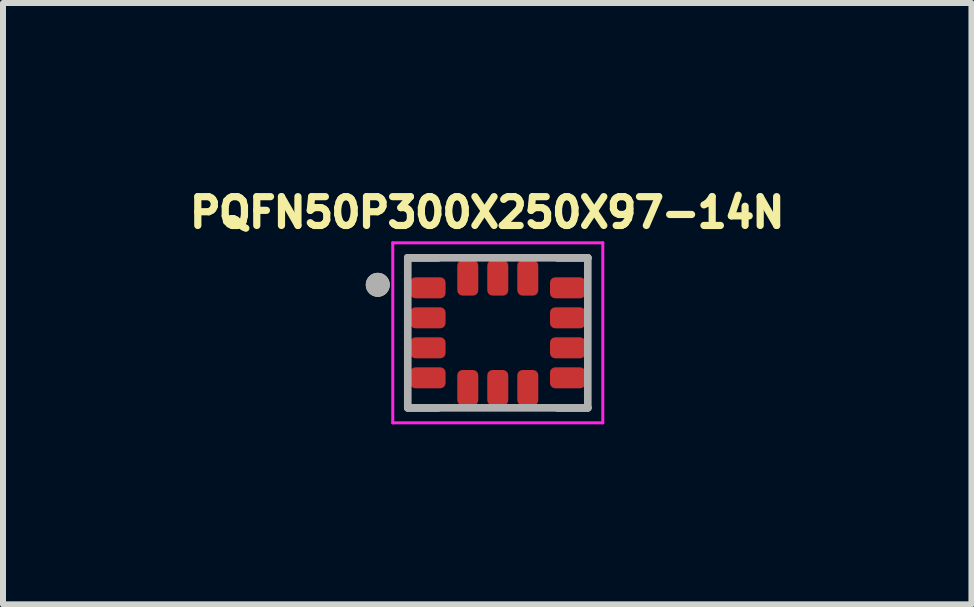
<source format=kicad_pcb>
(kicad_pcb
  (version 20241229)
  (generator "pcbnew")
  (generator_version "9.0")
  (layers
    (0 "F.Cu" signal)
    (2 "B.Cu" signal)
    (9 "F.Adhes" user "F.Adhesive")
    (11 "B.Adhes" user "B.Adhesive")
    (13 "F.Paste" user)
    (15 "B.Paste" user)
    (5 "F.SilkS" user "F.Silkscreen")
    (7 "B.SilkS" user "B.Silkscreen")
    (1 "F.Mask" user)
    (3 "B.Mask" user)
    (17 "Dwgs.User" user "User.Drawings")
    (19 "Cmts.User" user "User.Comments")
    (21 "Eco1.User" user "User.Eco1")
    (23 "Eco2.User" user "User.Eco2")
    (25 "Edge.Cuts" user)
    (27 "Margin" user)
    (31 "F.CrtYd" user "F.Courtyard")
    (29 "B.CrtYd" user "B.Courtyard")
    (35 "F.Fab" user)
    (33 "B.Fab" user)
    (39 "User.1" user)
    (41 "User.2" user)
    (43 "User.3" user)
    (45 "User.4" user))
  (footprint "PQFN50P300X250X97-14N"
    (layer "F.Cu")
    (at 5.245 2.496)
    (property "Reference" "PQFN50P300X250X97-14N" (at -0.176 -2.005 0) (layer "F.SilkS") (effects (font (size 0.48 0.48) (thickness 0.12))))
    (attr smd)
    (fp_poly (pts (xy -0.82 -0.85) (xy -0.82 -0.65) (xy -0.82 -0.643) (xy -0.821 -0.637) (xy -0.822 -0.63) (xy -0.823 -0.624) (xy -0.824 -0.618) (xy -0.826 -0.611) (xy -0.828 -0.605) (xy -0.831 -0.599) (xy -0.834 -0.593) (xy -0.837 -0.588) (xy -0.84 -0.582) (xy -0.844 -0.577) (xy -0.848 -0.571) (xy -0.852 -0.566) (xy -0.857 -0.562) (xy -0.861 -0.557) (xy -0.866 -0.553) (xy -0.872 -0.549) (xy -0.877 -0.545) (xy -0.882 -0.542) (xy -0.888 -0.539) (xy -0.894 -0.536) (xy -0.9 -0.533) (xy -0.906 -0.531) (xy -0.913 -0.529) (xy -0.919 -0.528) (xy -0.925 -0.527) (xy -0.932 -0.526) (xy -0.938 -0.525) (xy -0.945 -0.525) (xy -1.385 -0.525) (xy -1.392 -0.525) (xy -1.398 -0.526) (xy -1.405 -0.527) (xy -1.411 -0.528) (xy -1.417 -0.529) (xy -1.424 -0.531) (xy -1.43 -0.533) (xy -1.436 -0.536) (xy -1.442 -0.539) (xy -1.448 -0.542) (xy -1.453 -0.545) (xy -1.458 -0.549) (xy -1.464 -0.553) (xy -1.469 -0.557) (xy -1.473 -0.562) (xy -1.478 -0.566) (xy -1.482 -0.571) (xy -1.486 -0.577) (xy -1.49 -0.582) (xy -1.493 -0.588) (xy -1.496 -0.593) (xy -1.499 -0.599) (xy -1.502 -0.605) (xy -1.504 -0.611) (xy -1.506 -0.618) (xy -1.507 -0.624) (xy -1.508 -0.63) (xy -1.509 -0.637) (xy -1.51 -0.643) (xy -1.51 -0.65) (xy -1.51 -0.85) (xy -1.51 -0.857) (xy -1.509 -0.863) (xy -1.508 -0.87) (xy -1.507 -0.876) (xy -1.506 -0.882) (xy -1.504 -0.889) (xy -1.502 -0.895) (xy -1.499 -0.901) (xy -1.496 -0.907) (xy -1.493 -0.912) (xy -1.49 -0.918) (xy -1.486 -0.923) (xy -1.482 -0.929) (xy -1.478 -0.934) (xy -1.473 -0.938) (xy -1.469 -0.943) (xy -1.464 -0.947) (xy -1.458 -0.951) (xy -1.453 -0.955) (xy -1.448 -0.958) (xy -1.442 -0.961) (xy -1.436 -0.964) (xy -1.43 -0.967) (xy -1.424 -0.969) (xy -1.417 -0.971) (xy -1.411 -0.972) (xy -1.405 -0.973) (xy -1.398 -0.974) (xy -1.392 -0.975) (xy -1.385 -0.975) (xy -0.945 -0.975) (xy -0.938 -0.975) (xy -0.932 -0.974) (xy -0.925 -0.973) (xy -0.919 -0.972) (xy -0.913 -0.971) (xy -0.906 -0.969) (xy -0.9 -0.967) (xy -0.894 -0.964) (xy -0.888 -0.961) (xy -0.882 -0.958) (xy -0.877 -0.955) (xy -0.872 -0.951) (xy -0.866 -0.947) (xy -0.861 -0.943) (xy -0.857 -0.938) (xy -0.852 -0.934) (xy -0.848 -0.929) (xy -0.844 -0.923) (xy -0.84 -0.918) (xy -0.837 -0.912) (xy -0.834 -0.907) (xy -0.831 -0.901) (xy -0.828 -0.895) (xy -0.826 -0.889) (xy -0.824 -0.882) (xy -0.823 -0.876) (xy -0.822 -0.87) (xy -0.821 -0.863) (xy -0.82 -0.857) (xy -0.82 -0.85)) (stroke (width 0.01) (type solid)) (fill yes) (layer "F.Mask"))
    (fp_poly (pts (xy -0.82 -0.35) (xy -0.82 -0.15) (xy -0.82 -0.143) (xy -0.821 -0.137) (xy -0.822 -0.13) (xy -0.823 -0.124) (xy -0.824 -0.118) (xy -0.826 -0.111) (xy -0.828 -0.105) (xy -0.831 -0.099) (xy -0.834 -0.093) (xy -0.837 -0.088) (xy -0.84 -0.082) (xy -0.844 -0.077) (xy -0.848 -0.071) (xy -0.852 -0.066) (xy -0.857 -0.062) (xy -0.861 -0.057) (xy -0.866 -0.053) (xy -0.872 -0.049) (xy -0.877 -0.045) (xy -0.882 -0.042) (xy -0.888 -0.039) (xy -0.894 -0.036) (xy -0.9 -0.033) (xy -0.906 -0.031) (xy -0.913 -0.029) (xy -0.919 -0.028) (xy -0.925 -0.027) (xy -0.932 -0.026) (xy -0.938 -0.025) (xy -0.945 -0.025) (xy -1.385 -0.025) (xy -1.392 -0.025) (xy -1.398 -0.026) (xy -1.405 -0.027) (xy -1.411 -0.028) (xy -1.417 -0.029) (xy -1.424 -0.031) (xy -1.43 -0.033) (xy -1.436 -0.036) (xy -1.442 -0.039) (xy -1.448 -0.042) (xy -1.453 -0.045) (xy -1.458 -0.049) (xy -1.464 -0.053) (xy -1.469 -0.057) (xy -1.473 -0.062) (xy -1.478 -0.066) (xy -1.482 -0.071) (xy -1.486 -0.077) (xy -1.49 -0.082) (xy -1.493 -0.088) (xy -1.496 -0.093) (xy -1.499 -0.099) (xy -1.502 -0.105) (xy -1.504 -0.111) (xy -1.506 -0.118) (xy -1.507 -0.124) (xy -1.508 -0.13) (xy -1.509 -0.137) (xy -1.51 -0.143) (xy -1.51 -0.15) (xy -1.51 -0.35) (xy -1.51 -0.357) (xy -1.509 -0.363) (xy -1.508 -0.37) (xy -1.507 -0.376) (xy -1.506 -0.382) (xy -1.504 -0.389) (xy -1.502 -0.395) (xy -1.499 -0.401) (xy -1.496 -0.407) (xy -1.493 -0.412) (xy -1.49 -0.418) (xy -1.486 -0.423) (xy -1.482 -0.429) (xy -1.478 -0.434) (xy -1.473 -0.438) (xy -1.469 -0.443) (xy -1.464 -0.447) (xy -1.458 -0.451) (xy -1.453 -0.455) (xy -1.448 -0.458) (xy -1.442 -0.461) (xy -1.436 -0.464) (xy -1.43 -0.467) (xy -1.424 -0.469) (xy -1.417 -0.471) (xy -1.411 -0.472) (xy -1.405 -0.473) (xy -1.398 -0.474) (xy -1.392 -0.475) (xy -1.385 -0.475) (xy -0.945 -0.475) (xy -0.938 -0.475) (xy -0.932 -0.474) (xy -0.925 -0.473) (xy -0.919 -0.472) (xy -0.913 -0.471) (xy -0.906 -0.469) (xy -0.9 -0.467) (xy -0.894 -0.464) (xy -0.888 -0.461) (xy -0.882 -0.458) (xy -0.877 -0.455) (xy -0.872 -0.451) (xy -0.866 -0.447) (xy -0.861 -0.443) (xy -0.857 -0.438) (xy -0.852 -0.434) (xy -0.848 -0.429) (xy -0.844 -0.423) (xy -0.84 -0.418) (xy -0.837 -0.412) (xy -0.834 -0.407) (xy -0.831 -0.401) (xy -0.828 -0.395) (xy -0.826 -0.389) (xy -0.824 -0.382) (xy -0.823 -0.376) (xy -0.822 -0.37) (xy -0.821 -0.363) (xy -0.82 -0.357) (xy -0.82 -0.35)) (stroke (width 0.01) (type solid)) (fill yes) (layer "F.Mask"))
    (fp_poly (pts (xy -0.82 0.15) (xy -0.82 0.35) (xy -0.82 0.357) (xy -0.821 0.363) (xy -0.822 0.37) (xy -0.823 0.376) (xy -0.824 0.382) (xy -0.826 0.389) (xy -0.828 0.395) (xy -0.831 0.401) (xy -0.834 0.407) (xy -0.837 0.412) (xy -0.84 0.418) (xy -0.844 0.423) (xy -0.848 0.429) (xy -0.852 0.434) (xy -0.857 0.438) (xy -0.861 0.443) (xy -0.866 0.447) (xy -0.872 0.451) (xy -0.877 0.455) (xy -0.882 0.458) (xy -0.888 0.461) (xy -0.894 0.464) (xy -0.9 0.467) (xy -0.906 0.469) (xy -0.913 0.471) (xy -0.919 0.472) (xy -0.925 0.473) (xy -0.932 0.474) (xy -0.938 0.475) (xy -0.945 0.475) (xy -1.385 0.475) (xy -1.392 0.475) (xy -1.398 0.474) (xy -1.405 0.473) (xy -1.411 0.472) (xy -1.417 0.471) (xy -1.424 0.469) (xy -1.43 0.467) (xy -1.436 0.464) (xy -1.442 0.461) (xy -1.448 0.458) (xy -1.453 0.455) (xy -1.458 0.451) (xy -1.464 0.447) (xy -1.469 0.443) (xy -1.473 0.438) (xy -1.478 0.434) (xy -1.482 0.429) (xy -1.486 0.423) (xy -1.49 0.418) (xy -1.493 0.412) (xy -1.496 0.407) (xy -1.499 0.401) (xy -1.502 0.395) (xy -1.504 0.389) (xy -1.506 0.382) (xy -1.507 0.376) (xy -1.508 0.37) (xy -1.509 0.363) (xy -1.51 0.357) (xy -1.51 0.35) (xy -1.51 0.15) (xy -1.51 0.143) (xy -1.509 0.137) (xy -1.508 0.13) (xy -1.507 0.124) (xy -1.506 0.118) (xy -1.504 0.111) (xy -1.502 0.105) (xy -1.499 0.099) (xy -1.496 0.093) (xy -1.493 0.088) (xy -1.49 0.082) (xy -1.486 0.077) (xy -1.482 0.071) (xy -1.478 0.066) (xy -1.473 0.062) (xy -1.469 0.057) (xy -1.464 0.053) (xy -1.458 0.049) (xy -1.453 0.045) (xy -1.448 0.042) (xy -1.442 0.039) (xy -1.436 0.036) (xy -1.43 0.033) (xy -1.424 0.031) (xy -1.417 0.029) (xy -1.411 0.028) (xy -1.405 0.027) (xy -1.398 0.026) (xy -1.392 0.025) (xy -1.385 0.025) (xy -0.945 0.025) (xy -0.938 0.025) (xy -0.932 0.026) (xy -0.925 0.027) (xy -0.919 0.028) (xy -0.913 0.029) (xy -0.906 0.031) (xy -0.9 0.033) (xy -0.894 0.036) (xy -0.888 0.039) (xy -0.882 0.042) (xy -0.877 0.045) (xy -0.872 0.049) (xy -0.866 0.053) (xy -0.861 0.057) (xy -0.857 0.062) (xy -0.852 0.066) (xy -0.848 0.071) (xy -0.844 0.077) (xy -0.84 0.082) (xy -0.837 0.088) (xy -0.834 0.093) (xy -0.831 0.099) (xy -0.828 0.105) (xy -0.826 0.111) (xy -0.824 0.118) (xy -0.823 0.124) (xy -0.822 0.13) (xy -0.821 0.137) (xy -0.82 0.143) (xy -0.82 0.15)) (stroke (width 0.01) (type solid)) (fill yes) (layer "F.Mask"))
    (fp_poly (pts (xy -0.82 0.65) (xy -0.82 0.85) (xy -0.82 0.857) (xy -0.821 0.863) (xy -0.822 0.87) (xy -0.823 0.876) (xy -0.824 0.882) (xy -0.826 0.889) (xy -0.828 0.895) (xy -0.831 0.901) (xy -0.834 0.907) (xy -0.837 0.912) (xy -0.84 0.918) (xy -0.844 0.923) (xy -0.848 0.929) (xy -0.852 0.934) (xy -0.857 0.938) (xy -0.861 0.943) (xy -0.866 0.947) (xy -0.872 0.951) (xy -0.877 0.955) (xy -0.882 0.958) (xy -0.888 0.961) (xy -0.894 0.964) (xy -0.9 0.967) (xy -0.906 0.969) (xy -0.913 0.971) (xy -0.919 0.972) (xy -0.925 0.973) (xy -0.932 0.974) (xy -0.938 0.975) (xy -0.945 0.975) (xy -1.385 0.975) (xy -1.392 0.975) (xy -1.398 0.974) (xy -1.405 0.973) (xy -1.411 0.972) (xy -1.417 0.971) (xy -1.424 0.969) (xy -1.43 0.967) (xy -1.436 0.964) (xy -1.442 0.961) (xy -1.448 0.958) (xy -1.453 0.955) (xy -1.458 0.951) (xy -1.464 0.947) (xy -1.469 0.943) (xy -1.473 0.938) (xy -1.478 0.934) (xy -1.482 0.929) (xy -1.486 0.923) (xy -1.49 0.918) (xy -1.493 0.912) (xy -1.496 0.907) (xy -1.499 0.901) (xy -1.502 0.895) (xy -1.504 0.889) (xy -1.506 0.882) (xy -1.507 0.876) (xy -1.508 0.87) (xy -1.509 0.863) (xy -1.51 0.857) (xy -1.51 0.85) (xy -1.51 0.65) (xy -1.51 0.643) (xy -1.509 0.637) (xy -1.508 0.63) (xy -1.507 0.624) (xy -1.506 0.618) (xy -1.504 0.611) (xy -1.502 0.605) (xy -1.499 0.599) (xy -1.496 0.593) (xy -1.493 0.588) (xy -1.49 0.582) (xy -1.486 0.577) (xy -1.482 0.571) (xy -1.478 0.566) (xy -1.473 0.562) (xy -1.469 0.557) (xy -1.464 0.553) (xy -1.458 0.549) (xy -1.453 0.545) (xy -1.448 0.542) (xy -1.442 0.539) (xy -1.436 0.536) (xy -1.43 0.533) (xy -1.424 0.531) (xy -1.417 0.529) (xy -1.411 0.528) (xy -1.405 0.527) (xy -1.398 0.526) (xy -1.392 0.525) (xy -1.385 0.525) (xy -0.945 0.525) (xy -0.938 0.525) (xy -0.932 0.526) (xy -0.925 0.527) (xy -0.919 0.528) (xy -0.913 0.529) (xy -0.906 0.531) (xy -0.9 0.533) (xy -0.894 0.536) (xy -0.888 0.539) (xy -0.882 0.542) (xy -0.877 0.545) (xy -0.872 0.549) (xy -0.866 0.553) (xy -0.861 0.557) (xy -0.857 0.562) (xy -0.852 0.566) (xy -0.848 0.571) (xy -0.844 0.577) (xy -0.84 0.582) (xy -0.837 0.588) (xy -0.834 0.593) (xy -0.831 0.599) (xy -0.828 0.605) (xy -0.826 0.611) (xy -0.824 0.618) (xy -0.823 0.624) (xy -0.822 0.63) (xy -0.821 0.637) (xy -0.82 0.643) (xy -0.82 0.65)) (stroke (width 0.01) (type solid)) (fill yes) (layer "F.Mask"))
    (fp_poly (pts (xy -0.6 -1.26) (xy -0.4 -1.26) (xy -0.393 -1.26) (xy -0.387 -1.259) (xy -0.38 -1.258) (xy -0.374 -1.257) (xy -0.368 -1.256) (xy -0.361 -1.254) (xy -0.355 -1.252) (xy -0.349 -1.249) (xy -0.343 -1.246) (xy -0.338 -1.243) (xy -0.332 -1.24) (xy -0.327 -1.236) (xy -0.321 -1.232) (xy -0.316 -1.228) (xy -0.312 -1.223) (xy -0.307 -1.219) (xy -0.303 -1.214) (xy -0.299 -1.208) (xy -0.295 -1.203) (xy -0.292 -1.198) (xy -0.289 -1.192) (xy -0.286 -1.186) (xy -0.283 -1.18) (xy -0.281 -1.174) (xy -0.279 -1.167) (xy -0.278 -1.161) (xy -0.277 -1.155) (xy -0.276 -1.148) (xy -0.275 -1.142) (xy -0.275 -1.135) (xy -0.275 -0.695) (xy -0.275 -0.688) (xy -0.276 -0.682) (xy -0.277 -0.675) (xy -0.278 -0.669) (xy -0.279 -0.663) (xy -0.281 -0.656) (xy -0.283 -0.65) (xy -0.286 -0.644) (xy -0.289 -0.638) (xy -0.292 -0.632) (xy -0.295 -0.627) (xy -0.299 -0.622) (xy -0.303 -0.616) (xy -0.307 -0.611) (xy -0.312 -0.607) (xy -0.316 -0.602) (xy -0.321 -0.598) (xy -0.327 -0.594) (xy -0.332 -0.59) (xy -0.338 -0.587) (xy -0.343 -0.584) (xy -0.349 -0.581) (xy -0.355 -0.578) (xy -0.361 -0.576) (xy -0.368 -0.574) (xy -0.374 -0.573) (xy -0.38 -0.572) (xy -0.387 -0.571) (xy -0.393 -0.57) (xy -0.4 -0.57) (xy -0.6 -0.57) (xy -0.607 -0.57) (xy -0.613 -0.571) (xy -0.62 -0.572) (xy -0.626 -0.573) (xy -0.632 -0.574) (xy -0.639 -0.576) (xy -0.645 -0.578) (xy -0.651 -0.581) (xy -0.657 -0.584) (xy -0.663 -0.587) (xy -0.668 -0.59) (xy -0.673 -0.594) (xy -0.679 -0.598) (xy -0.684 -0.602) (xy -0.688 -0.607) (xy -0.693 -0.611) (xy -0.697 -0.616) (xy -0.701 -0.622) (xy -0.705 -0.627) (xy -0.708 -0.632) (xy -0.711 -0.638) (xy -0.714 -0.644) (xy -0.717 -0.65) (xy -0.719 -0.656) (xy -0.721 -0.663) (xy -0.722 -0.669) (xy -0.723 -0.675) (xy -0.724 -0.682) (xy -0.725 -0.688) (xy -0.725 -0.695) (xy -0.725 -1.135) (xy -0.725 -1.142) (xy -0.724 -1.148) (xy -0.723 -1.155) (xy -0.722 -1.161) (xy -0.721 -1.167) (xy -0.719 -1.174) (xy -0.717 -1.18) (xy -0.714 -1.186) (xy -0.711 -1.192) (xy -0.708 -1.198) (xy -0.705 -1.203) (xy -0.701 -1.208) (xy -0.697 -1.214) (xy -0.693 -1.219) (xy -0.688 -1.223) (xy -0.684 -1.228) (xy -0.679 -1.232) (xy -0.673 -1.236) (xy -0.668 -1.24) (xy -0.662 -1.243) (xy -0.657 -1.246) (xy -0.651 -1.249) (xy -0.645 -1.252) (xy -0.639 -1.254) (xy -0.632 -1.256) (xy -0.626 -1.257) (xy -0.62 -1.258) (xy -0.613 -1.259) (xy -0.607 -1.26) (xy -0.6 -1.26)) (stroke (width 0.01) (type solid)) (fill yes) (layer "F.Mask"))
    (fp_poly (pts (xy -0.6 0.57) (xy -0.4 0.57) (xy -0.393 0.57) (xy -0.387 0.571) (xy -0.38 0.572) (xy -0.374 0.573) (xy -0.368 0.574) (xy -0.361 0.576) (xy -0.355 0.578) (xy -0.349 0.581) (xy -0.343 0.584) (xy -0.338 0.587) (xy -0.332 0.59) (xy -0.327 0.594) (xy -0.321 0.598) (xy -0.316 0.602) (xy -0.312 0.607) (xy -0.307 0.611) (xy -0.303 0.616) (xy -0.299 0.622) (xy -0.295 0.627) (xy -0.292 0.632) (xy -0.289 0.638) (xy -0.286 0.644) (xy -0.283 0.65) (xy -0.281 0.656) (xy -0.279 0.663) (xy -0.278 0.669) (xy -0.277 0.675) (xy -0.276 0.682) (xy -0.275 0.688) (xy -0.275 0.695) (xy -0.275 1.135) (xy -0.275 1.142) (xy -0.276 1.148) (xy -0.277 1.155) (xy -0.278 1.161) (xy -0.279 1.167) (xy -0.281 1.174) (xy -0.283 1.18) (xy -0.286 1.186) (xy -0.289 1.192) (xy -0.292 1.198) (xy -0.295 1.203) (xy -0.299 1.208) (xy -0.303 1.214) (xy -0.307 1.219) (xy -0.312 1.223) (xy -0.316 1.228) (xy -0.321 1.232) (xy -0.327 1.236) (xy -0.332 1.24) (xy -0.338 1.243) (xy -0.343 1.246) (xy -0.349 1.249) (xy -0.355 1.252) (xy -0.361 1.254) (xy -0.368 1.256) (xy -0.374 1.257) (xy -0.38 1.258) (xy -0.387 1.259) (xy -0.393 1.26) (xy -0.4 1.26) (xy -0.6 1.26) (xy -0.607 1.26) (xy -0.613 1.259) (xy -0.62 1.258) (xy -0.626 1.257) (xy -0.632 1.256) (xy -0.639 1.254) (xy -0.645 1.252) (xy -0.651 1.249) (xy -0.657 1.246) (xy -0.663 1.243) (xy -0.668 1.24) (xy -0.673 1.236) (xy -0.679 1.232) (xy -0.684 1.228) (xy -0.688 1.223) (xy -0.693 1.219) (xy -0.697 1.214) (xy -0.701 1.208) (xy -0.705 1.203) (xy -0.708 1.198) (xy -0.711 1.192) (xy -0.714 1.186) (xy -0.717 1.18) (xy -0.719 1.174) (xy -0.721 1.167) (xy -0.722 1.161) (xy -0.723 1.155) (xy -0.724 1.148) (xy -0.725 1.142) (xy -0.725 1.135) (xy -0.725 0.695) (xy -0.725 0.688) (xy -0.724 0.682) (xy -0.723 0.675) (xy -0.722 0.669) (xy -0.721 0.663) (xy -0.719 0.656) (xy -0.717 0.65) (xy -0.714 0.644) (xy -0.711 0.638) (xy -0.708 0.632) (xy -0.705 0.627) (xy -0.701 0.622) (xy -0.697 0.616) (xy -0.693 0.611) (xy -0.688 0.607) (xy -0.684 0.602) (xy -0.679 0.598) (xy -0.673 0.594) (xy -0.668 0.59) (xy -0.662 0.587) (xy -0.657 0.584) (xy -0.651 0.581) (xy -0.645 0.578) (xy -0.639 0.576) (xy -0.632 0.574) (xy -0.626 0.573) (xy -0.62 0.572) (xy -0.613 0.571) (xy -0.607 0.57) (xy -0.6 0.57)) (stroke (width 0.01) (type solid)) (fill yes) (layer "F.Mask"))
    (fp_poly (pts (xy -0.1 -1.26) (xy 0.1 -1.26) (xy 0.107 -1.26) (xy 0.113 -1.259) (xy 0.12 -1.258) (xy 0.126 -1.257) (xy 0.132 -1.256) (xy 0.139 -1.254) (xy 0.145 -1.252) (xy 0.151 -1.249) (xy 0.157 -1.246) (xy 0.163 -1.243) (xy 0.168 -1.24) (xy 0.173 -1.236) (xy 0.179 -1.232) (xy 0.184 -1.228) (xy 0.188 -1.223) (xy 0.193 -1.219) (xy 0.197 -1.214) (xy 0.201 -1.208) (xy 0.205 -1.203) (xy 0.208 -1.198) (xy 0.211 -1.192) (xy 0.214 -1.186) (xy 0.217 -1.18) (xy 0.219 -1.174) (xy 0.221 -1.167) (xy 0.222 -1.161) (xy 0.223 -1.155) (xy 0.224 -1.148) (xy 0.225 -1.142) (xy 0.225 -1.135) (xy 0.225 -0.695) (xy 0.225 -0.688) (xy 0.224 -0.682) (xy 0.223 -0.675) (xy 0.222 -0.669) (xy 0.221 -0.663) (xy 0.219 -0.656) (xy 0.217 -0.65) (xy 0.214 -0.644) (xy 0.211 -0.638) (xy 0.208 -0.632) (xy 0.205 -0.627) (xy 0.201 -0.622) (xy 0.197 -0.616) (xy 0.193 -0.611) (xy 0.188 -0.607) (xy 0.184 -0.602) (xy 0.179 -0.598) (xy 0.173 -0.594) (xy 0.168 -0.59) (xy 0.163 -0.587) (xy 0.157 -0.584) (xy 0.151 -0.581) (xy 0.145 -0.578) (xy 0.139 -0.576) (xy 0.132 -0.574) (xy 0.126 -0.573) (xy 0.12 -0.572) (xy 0.113 -0.571) (xy 0.107 -0.57) (xy 0.1 -0.57) (xy -0.1 -0.57) (xy -0.107 -0.57) (xy -0.113 -0.571) (xy -0.12 -0.572) (xy -0.126 -0.573) (xy -0.132 -0.574) (xy -0.139 -0.576) (xy -0.145 -0.578) (xy -0.151 -0.581) (xy -0.157 -0.584) (xy -0.163 -0.587) (xy -0.168 -0.59) (xy -0.173 -0.594) (xy -0.179 -0.598) (xy -0.184 -0.602) (xy -0.188 -0.607) (xy -0.193 -0.611) (xy -0.197 -0.616) (xy -0.201 -0.622) (xy -0.205 -0.627) (xy -0.208 -0.632) (xy -0.211 -0.638) (xy -0.214 -0.644) (xy -0.217 -0.65) (xy -0.219 -0.656) (xy -0.221 -0.663) (xy -0.222 -0.669) (xy -0.223 -0.675) (xy -0.224 -0.682) (xy -0.225 -0.688) (xy -0.225 -0.695) (xy -0.225 -1.135) (xy -0.225 -1.142) (xy -0.224 -1.148) (xy -0.223 -1.155) (xy -0.222 -1.161) (xy -0.221 -1.167) (xy -0.219 -1.174) (xy -0.217 -1.18) (xy -0.214 -1.186) (xy -0.211 -1.192) (xy -0.208 -1.198) (xy -0.205 -1.203) (xy -0.201 -1.208) (xy -0.197 -1.214) (xy -0.193 -1.219) (xy -0.188 -1.223) (xy -0.184 -1.228) (xy -0.179 -1.232) (xy -0.173 -1.236) (xy -0.168 -1.24) (xy -0.162 -1.243) (xy -0.157 -1.246) (xy -0.151 -1.249) (xy -0.145 -1.252) (xy -0.139 -1.254) (xy -0.132 -1.256) (xy -0.126 -1.257) (xy -0.12 -1.258) (xy -0.113 -1.259) (xy -0.107 -1.26) (xy -0.1 -1.26)) (stroke (width 0.01) (type solid)) (fill yes) (layer "F.Mask"))
    (fp_poly (pts (xy -0.1 0.57) (xy 0.1 0.57) (xy 0.107 0.57) (xy 0.113 0.571) (xy 0.12 0.572) (xy 0.126 0.573) (xy 0.132 0.574) (xy 0.139 0.576) (xy 0.145 0.578) (xy 0.151 0.581) (xy 0.157 0.584) (xy 0.163 0.587) (xy 0.168 0.59) (xy 0.173 0.594) (xy 0.179 0.598) (xy 0.184 0.602) (xy 0.188 0.607) (xy 0.193 0.611) (xy 0.197 0.616) (xy 0.201 0.622) (xy 0.205 0.627) (xy 0.208 0.632) (xy 0.211 0.638) (xy 0.214 0.644) (xy 0.217 0.65) (xy 0.219 0.656) (xy 0.221 0.663) (xy 0.222 0.669) (xy 0.223 0.675) (xy 0.224 0.682) (xy 0.225 0.688) (xy 0.225 0.695) (xy 0.225 1.135) (xy 0.225 1.142) (xy 0.224 1.148) (xy 0.223 1.155) (xy 0.222 1.161) (xy 0.221 1.167) (xy 0.219 1.174) (xy 0.217 1.18) (xy 0.214 1.186) (xy 0.211 1.192) (xy 0.208 1.198) (xy 0.205 1.203) (xy 0.201 1.208) (xy 0.197 1.214) (xy 0.193 1.219) (xy 0.188 1.223) (xy 0.184 1.228) (xy 0.179 1.232) (xy 0.173 1.236) (xy 0.168 1.24) (xy 0.163 1.243) (xy 0.157 1.246) (xy 0.151 1.249) (xy 0.145 1.252) (xy 0.139 1.254) (xy 0.132 1.256) (xy 0.126 1.257) (xy 0.12 1.258) (xy 0.113 1.259) (xy 0.107 1.26) (xy 0.1 1.26) (xy -0.1 1.26) (xy -0.107 1.26) (xy -0.113 1.259) (xy -0.12 1.258) (xy -0.126 1.257) (xy -0.132 1.256) (xy -0.139 1.254) (xy -0.145 1.252) (xy -0.151 1.249) (xy -0.157 1.246) (xy -0.163 1.243) (xy -0.168 1.24) (xy -0.173 1.236) (xy -0.179 1.232) (xy -0.184 1.228) (xy -0.188 1.223) (xy -0.193 1.219) (xy -0.197 1.214) (xy -0.201 1.208) (xy -0.205 1.203) (xy -0.208 1.198) (xy -0.211 1.192) (xy -0.214 1.186) (xy -0.217 1.18) (xy -0.219 1.174) (xy -0.221 1.167) (xy -0.222 1.161) (xy -0.223 1.155) (xy -0.224 1.148) (xy -0.225 1.142) (xy -0.225 1.135) (xy -0.225 0.695) (xy -0.225 0.688) (xy -0.224 0.682) (xy -0.223 0.675) (xy -0.222 0.669) (xy -0.221 0.663) (xy -0.219 0.656) (xy -0.217 0.65) (xy -0.214 0.644) (xy -0.211 0.638) (xy -0.208 0.632) (xy -0.205 0.627) (xy -0.201 0.622) (xy -0.197 0.616) (xy -0.193 0.611) (xy -0.188 0.607) (xy -0.184 0.602) (xy -0.179 0.598) (xy -0.173 0.594) (xy -0.168 0.59) (xy -0.162 0.587) (xy -0.157 0.584) (xy -0.151 0.581) (xy -0.145 0.578) (xy -0.139 0.576) (xy -0.132 0.574) (xy -0.126 0.573) (xy -0.12 0.572) (xy -0.113 0.571) (xy -0.107 0.57) (xy -0.1 0.57)) (stroke (width 0.01) (type solid)) (fill yes) (layer "F.Mask"))
    (fp_poly (pts (xy 0.4 -1.26) (xy 0.6 -1.26) (xy 0.607 -1.26) (xy 0.613 -1.259) (xy 0.62 -1.258) (xy 0.626 -1.257) (xy 0.632 -1.256) (xy 0.639 -1.254) (xy 0.645 -1.252) (xy 0.651 -1.249) (xy 0.657 -1.246) (xy 0.662 -1.243) (xy 0.668 -1.24) (xy 0.673 -1.236) (xy 0.679 -1.232) (xy 0.684 -1.228) (xy 0.688 -1.223) (xy 0.693 -1.219) (xy 0.697 -1.214) (xy 0.701 -1.208) (xy 0.705 -1.203) (xy 0.708 -1.198) (xy 0.711 -1.192) (xy 0.714 -1.186) (xy 0.717 -1.18) (xy 0.719 -1.174) (xy 0.721 -1.167) (xy 0.722 -1.161) (xy 0.723 -1.155) (xy 0.724 -1.148) (xy 0.725 -1.142) (xy 0.725 -1.135) (xy 0.725 -0.695) (xy 0.725 -0.688) (xy 0.724 -0.682) (xy 0.723 -0.675) (xy 0.722 -0.669) (xy 0.721 -0.663) (xy 0.719 -0.656) (xy 0.717 -0.65) (xy 0.714 -0.644) (xy 0.711 -0.638) (xy 0.708 -0.632) (xy 0.705 -0.627) (xy 0.701 -0.622) (xy 0.697 -0.616) (xy 0.693 -0.611) (xy 0.688 -0.607) (xy 0.684 -0.602) (xy 0.679 -0.598) (xy 0.673 -0.594) (xy 0.668 -0.59) (xy 0.662 -0.587) (xy 0.657 -0.584) (xy 0.651 -0.581) (xy 0.645 -0.578) (xy 0.639 -0.576) (xy 0.632 -0.574) (xy 0.626 -0.573) (xy 0.62 -0.572) (xy 0.613 -0.571) (xy 0.607 -0.57) (xy 0.6 -0.57) (xy 0.4 -0.57) (xy 0.393 -0.57) (xy 0.387 -0.571) (xy 0.38 -0.572) (xy 0.374 -0.573) (xy 0.368 -0.574) (xy 0.361 -0.576) (xy 0.355 -0.578) (xy 0.349 -0.581) (xy 0.343 -0.584) (xy 0.337 -0.587) (xy 0.332 -0.59) (xy 0.327 -0.594) (xy 0.321 -0.598) (xy 0.316 -0.602) (xy 0.312 -0.607) (xy 0.307 -0.611) (xy 0.303 -0.616) (xy 0.299 -0.622) (xy 0.295 -0.627) (xy 0.292 -0.632) (xy 0.289 -0.638) (xy 0.286 -0.644) (xy 0.283 -0.65) (xy 0.281 -0.656) (xy 0.279 -0.663) (xy 0.278 -0.669) (xy 0.277 -0.675) (xy 0.276 -0.682) (xy 0.275 -0.688) (xy 0.275 -0.695) (xy 0.275 -1.135) (xy 0.275 -1.142) (xy 0.276 -1.148) (xy 0.277 -1.155) (xy 0.278 -1.161) (xy 0.279 -1.167) (xy 0.281 -1.174) (xy 0.283 -1.18) (xy 0.286 -1.186) (xy 0.289 -1.192) (xy 0.292 -1.198) (xy 0.295 -1.203) (xy 0.299 -1.208) (xy 0.303 -1.214) (xy 0.307 -1.219) (xy 0.312 -1.223) (xy 0.316 -1.228) (xy 0.321 -1.232) (xy 0.327 -1.236) (xy 0.332 -1.24) (xy 0.338 -1.243) (xy 0.343 -1.246) (xy 0.349 -1.249) (xy 0.355 -1.252) (xy 0.361 -1.254) (xy 0.368 -1.256) (xy 0.374 -1.257) (xy 0.38 -1.258) (xy 0.387 -1.259) (xy 0.393 -1.26) (xy 0.4 -1.26)) (stroke (width 0.01) (type solid)) (fill yes) (layer "F.Mask"))
    (fp_poly (pts (xy 0.4 0.57) (xy 0.6 0.57) (xy 0.607 0.57) (xy 0.613 0.571) (xy 0.62 0.572) (xy 0.626 0.573) (xy 0.632 0.574) (xy 0.639 0.576) (xy 0.645 0.578) (xy 0.651 0.581) (xy 0.657 0.584) (xy 0.662 0.587) (xy 0.668 0.59) (xy 0.673 0.594) (xy 0.679 0.598) (xy 0.684 0.602) (xy 0.688 0.607) (xy 0.693 0.611) (xy 0.697 0.616) (xy 0.701 0.622) (xy 0.705 0.627) (xy 0.708 0.632) (xy 0.711 0.638) (xy 0.714 0.644) (xy 0.717 0.65) (xy 0.719 0.656) (xy 0.721 0.663) (xy 0.722 0.669) (xy 0.723 0.675) (xy 0.724 0.682) (xy 0.725 0.688) (xy 0.725 0.695) (xy 0.725 1.135) (xy 0.725 1.142) (xy 0.724 1.148) (xy 0.723 1.155) (xy 0.722 1.161) (xy 0.721 1.167) (xy 0.719 1.174) (xy 0.717 1.18) (xy 0.714 1.186) (xy 0.711 1.192) (xy 0.708 1.198) (xy 0.705 1.203) (xy 0.701 1.208) (xy 0.697 1.214) (xy 0.693 1.219) (xy 0.688 1.223) (xy 0.684 1.228) (xy 0.679 1.232) (xy 0.673 1.236) (xy 0.668 1.24) (xy 0.662 1.243) (xy 0.657 1.246) (xy 0.651 1.249) (xy 0.645 1.252) (xy 0.639 1.254) (xy 0.632 1.256) (xy 0.626 1.257) (xy 0.62 1.258) (xy 0.613 1.259) (xy 0.607 1.26) (xy 0.6 1.26) (xy 0.4 1.26) (xy 0.393 1.26) (xy 0.387 1.259) (xy 0.38 1.258) (xy 0.374 1.257) (xy 0.368 1.256) (xy 0.361 1.254) (xy 0.355 1.252) (xy 0.349 1.249) (xy 0.343 1.246) (xy 0.337 1.243) (xy 0.332 1.24) (xy 0.327 1.236) (xy 0.321 1.232) (xy 0.316 1.228) (xy 0.312 1.223) (xy 0.307 1.219) (xy 0.303 1.214) (xy 0.299 1.208) (xy 0.295 1.203) (xy 0.292 1.198) (xy 0.289 1.192) (xy 0.286 1.186) (xy 0.283 1.18) (xy 0.281 1.174) (xy 0.279 1.167) (xy 0.278 1.161) (xy 0.277 1.155) (xy 0.276 1.148) (xy 0.275 1.142) (xy 0.275 1.135) (xy 0.275 0.695) (xy 0.275 0.688) (xy 0.276 0.682) (xy 0.277 0.675) (xy 0.278 0.669) (xy 0.279 0.663) (xy 0.281 0.656) (xy 0.283 0.65) (xy 0.286 0.644) (xy 0.289 0.638) (xy 0.292 0.632) (xy 0.295 0.627) (xy 0.299 0.622) (xy 0.303 0.616) (xy 0.307 0.611) (xy 0.312 0.607) (xy 0.316 0.602) (xy 0.321 0.598) (xy 0.327 0.594) (xy 0.332 0.59) (xy 0.338 0.587) (xy 0.343 0.584) (xy 0.349 0.581) (xy 0.355 0.578) (xy 0.361 0.576) (xy 0.368 0.574) (xy 0.374 0.573) (xy 0.38 0.572) (xy 0.387 0.571) (xy 0.393 0.57) (xy 0.4 0.57)) (stroke (width 0.01) (type solid)) (fill yes) (layer "F.Mask"))
    (fp_poly (pts (xy 1.51 -0.85) (xy 1.51 -0.65) (xy 1.51 -0.643) (xy 1.509 -0.637) (xy 1.508 -0.63) (xy 1.507 -0.624) (xy 1.506 -0.618) (xy 1.504 -0.611) (xy 1.502 -0.605) (xy 1.499 -0.599) (xy 1.496 -0.593) (xy 1.493 -0.588) (xy 1.49 -0.582) (xy 1.486 -0.577) (xy 1.482 -0.571) (xy 1.478 -0.566) (xy 1.473 -0.562) (xy 1.469 -0.557) (xy 1.464 -0.553) (xy 1.458 -0.549) (xy 1.453 -0.545) (xy 1.448 -0.542) (xy 1.442 -0.539) (xy 1.436 -0.536) (xy 1.43 -0.533) (xy 1.424 -0.531) (xy 1.417 -0.529) (xy 1.411 -0.528) (xy 1.405 -0.527) (xy 1.398 -0.526) (xy 1.392 -0.525) (xy 1.385 -0.525) (xy 0.945 -0.525) (xy 0.938 -0.525) (xy 0.932 -0.526) (xy 0.925 -0.527) (xy 0.919 -0.528) (xy 0.913 -0.529) (xy 0.906 -0.531) (xy 0.9 -0.533) (xy 0.894 -0.536) (xy 0.888 -0.539) (xy 0.882 -0.542) (xy 0.877 -0.545) (xy 0.872 -0.549) (xy 0.866 -0.553) (xy 0.861 -0.557) (xy 0.857 -0.562) (xy 0.852 -0.566) (xy 0.848 -0.571) (xy 0.844 -0.577) (xy 0.84 -0.582) (xy 0.837 -0.588) (xy 0.834 -0.593) (xy 0.831 -0.599) (xy 0.828 -0.605) (xy 0.826 -0.611) (xy 0.824 -0.618) (xy 0.823 -0.624) (xy 0.822 -0.63) (xy 0.821 -0.637) (xy 0.82 -0.643) (xy 0.82 -0.65) (xy 0.82 -0.85) (xy 0.82 -0.857) (xy 0.821 -0.863) (xy 0.822 -0.87) (xy 0.823 -0.876) (xy 0.824 -0.882) (xy 0.826 -0.889) (xy 0.828 -0.895) (xy 0.831 -0.901) (xy 0.834 -0.907) (xy 0.837 -0.912) (xy 0.84 -0.918) (xy 0.844 -0.923) (xy 0.848 -0.929) (xy 0.852 -0.934) (xy 0.857 -0.938) (xy 0.861 -0.943) (xy 0.866 -0.947) (xy 0.872 -0.951) (xy 0.877 -0.955) (xy 0.882 -0.958) (xy 0.888 -0.961) (xy 0.894 -0.964) (xy 0.9 -0.967) (xy 0.906 -0.969) (xy 0.913 -0.971) (xy 0.919 -0.972) (xy 0.925 -0.973) (xy 0.932 -0.974) (xy 0.938 -0.975) (xy 0.945 -0.975) (xy 1.385 -0.975) (xy 1.392 -0.975) (xy 1.398 -0.974) (xy 1.405 -0.973) (xy 1.411 -0.972) (xy 1.417 -0.971) (xy 1.424 -0.969) (xy 1.43 -0.967) (xy 1.436 -0.964) (xy 1.442 -0.961) (xy 1.448 -0.958) (xy 1.453 -0.955) (xy 1.458 -0.951) (xy 1.464 -0.947) (xy 1.469 -0.943) (xy 1.473 -0.938) (xy 1.478 -0.934) (xy 1.482 -0.929) (xy 1.486 -0.923) (xy 1.49 -0.918) (xy 1.493 -0.912) (xy 1.496 -0.907) (xy 1.499 -0.901) (xy 1.502 -0.895) (xy 1.504 -0.889) (xy 1.506 -0.882) (xy 1.507 -0.876) (xy 1.508 -0.87) (xy 1.509 -0.863) (xy 1.51 -0.857) (xy 1.51 -0.85)) (stroke (width 0.01) (type solid)) (fill yes) (layer "F.Mask"))
    (fp_poly (pts (xy 1.51 -0.35) (xy 1.51 -0.15) (xy 1.51 -0.143) (xy 1.509 -0.137) (xy 1.508 -0.13) (xy 1.507 -0.124) (xy 1.506 -0.118) (xy 1.504 -0.111) (xy 1.502 -0.105) (xy 1.499 -0.099) (xy 1.496 -0.093) (xy 1.493 -0.088) (xy 1.49 -0.082) (xy 1.486 -0.077) (xy 1.482 -0.071) (xy 1.478 -0.066) (xy 1.473 -0.062) (xy 1.469 -0.057) (xy 1.464 -0.053) (xy 1.458 -0.049) (xy 1.453 -0.045) (xy 1.448 -0.042) (xy 1.442 -0.039) (xy 1.436 -0.036) (xy 1.43 -0.033) (xy 1.424 -0.031) (xy 1.417 -0.029) (xy 1.411 -0.028) (xy 1.405 -0.027) (xy 1.398 -0.026) (xy 1.392 -0.025) (xy 1.385 -0.025) (xy 0.945 -0.025) (xy 0.938 -0.025) (xy 0.932 -0.026) (xy 0.925 -0.027) (xy 0.919 -0.028) (xy 0.913 -0.029) (xy 0.906 -0.031) (xy 0.9 -0.033) (xy 0.894 -0.036) (xy 0.888 -0.039) (xy 0.882 -0.042) (xy 0.877 -0.045) (xy 0.872 -0.049) (xy 0.866 -0.053) (xy 0.861 -0.057) (xy 0.857 -0.062) (xy 0.852 -0.066) (xy 0.848 -0.071) (xy 0.844 -0.077) (xy 0.84 -0.082) (xy 0.837 -0.088) (xy 0.834 -0.093) (xy 0.831 -0.099) (xy 0.828 -0.105) (xy 0.826 -0.111) (xy 0.824 -0.118) (xy 0.823 -0.124) (xy 0.822 -0.13) (xy 0.821 -0.137) (xy 0.82 -0.143) (xy 0.82 -0.15) (xy 0.82 -0.35) (xy 0.82 -0.357) (xy 0.821 -0.363) (xy 0.822 -0.37) (xy 0.823 -0.376) (xy 0.824 -0.382) (xy 0.826 -0.389) (xy 0.828 -0.395) (xy 0.831 -0.401) (xy 0.834 -0.407) (xy 0.837 -0.412) (xy 0.84 -0.418) (xy 0.844 -0.423) (xy 0.848 -0.429) (xy 0.852 -0.434) (xy 0.857 -0.438) (xy 0.861 -0.443) (xy 0.866 -0.447) (xy 0.872 -0.451) (xy 0.877 -0.455) (xy 0.882 -0.458) (xy 0.888 -0.461) (xy 0.894 -0.464) (xy 0.9 -0.467) (xy 0.906 -0.469) (xy 0.913 -0.471) (xy 0.919 -0.472) (xy 0.925 -0.473) (xy 0.932 -0.474) (xy 0.938 -0.475) (xy 0.945 -0.475) (xy 1.385 -0.475) (xy 1.392 -0.475) (xy 1.398 -0.474) (xy 1.405 -0.473) (xy 1.411 -0.472) (xy 1.417 -0.471) (xy 1.424 -0.469) (xy 1.43 -0.467) (xy 1.436 -0.464) (xy 1.442 -0.461) (xy 1.448 -0.458) (xy 1.453 -0.455) (xy 1.458 -0.451) (xy 1.464 -0.447) (xy 1.469 -0.443) (xy 1.473 -0.438) (xy 1.478 -0.434) (xy 1.482 -0.429) (xy 1.486 -0.423) (xy 1.49 -0.418) (xy 1.493 -0.412) (xy 1.496 -0.407) (xy 1.499 -0.401) (xy 1.502 -0.395) (xy 1.504 -0.389) (xy 1.506 -0.382) (xy 1.507 -0.376) (xy 1.508 -0.37) (xy 1.509 -0.363) (xy 1.51 -0.357) (xy 1.51 -0.35)) (stroke (width 0.01) (type solid)) (fill yes) (layer "F.Mask"))
    (fp_poly (pts (xy 1.51 0.15) (xy 1.51 0.35) (xy 1.51 0.357) (xy 1.509 0.363) (xy 1.508 0.37) (xy 1.507 0.376) (xy 1.506 0.382) (xy 1.504 0.389) (xy 1.502 0.395) (xy 1.499 0.401) (xy 1.496 0.407) (xy 1.493 0.412) (xy 1.49 0.418) (xy 1.486 0.423) (xy 1.482 0.429) (xy 1.478 0.434) (xy 1.473 0.438) (xy 1.469 0.443) (xy 1.464 0.447) (xy 1.458 0.451) (xy 1.453 0.455) (xy 1.448 0.458) (xy 1.442 0.461) (xy 1.436 0.464) (xy 1.43 0.467) (xy 1.424 0.469) (xy 1.417 0.471) (xy 1.411 0.472) (xy 1.405 0.473) (xy 1.398 0.474) (xy 1.392 0.475) (xy 1.385 0.475) (xy 0.945 0.475) (xy 0.938 0.475) (xy 0.932 0.474) (xy 0.925 0.473) (xy 0.919 0.472) (xy 0.913 0.471) (xy 0.906 0.469) (xy 0.9 0.467) (xy 0.894 0.464) (xy 0.888 0.461) (xy 0.882 0.458) (xy 0.877 0.455) (xy 0.872 0.451) (xy 0.866 0.447) (xy 0.861 0.443) (xy 0.857 0.438) (xy 0.852 0.434) (xy 0.848 0.429) (xy 0.844 0.423) (xy 0.84 0.418) (xy 0.837 0.412) (xy 0.834 0.407) (xy 0.831 0.401) (xy 0.828 0.395) (xy 0.826 0.389) (xy 0.824 0.382) (xy 0.823 0.376) (xy 0.822 0.37) (xy 0.821 0.363) (xy 0.82 0.357) (xy 0.82 0.35) (xy 0.82 0.15) (xy 0.82 0.143) (xy 0.821 0.137) (xy 0.822 0.13) (xy 0.823 0.124) (xy 0.824 0.118) (xy 0.826 0.111) (xy 0.828 0.105) (xy 0.831 0.099) (xy 0.834 0.093) (xy 0.837 0.088) (xy 0.84 0.082) (xy 0.844 0.077) (xy 0.848 0.071) (xy 0.852 0.066) (xy 0.857 0.062) (xy 0.861 0.057) (xy 0.866 0.053) (xy 0.872 0.049) (xy 0.877 0.045) (xy 0.882 0.042) (xy 0.888 0.039) (xy 0.894 0.036) (xy 0.9 0.033) (xy 0.906 0.031) (xy 0.913 0.029) (xy 0.919 0.028) (xy 0.925 0.027) (xy 0.932 0.026) (xy 0.938 0.025) (xy 0.945 0.025) (xy 1.385 0.025) (xy 1.392 0.025) (xy 1.398 0.026) (xy 1.405 0.027) (xy 1.411 0.028) (xy 1.417 0.029) (xy 1.424 0.031) (xy 1.43 0.033) (xy 1.436 0.036) (xy 1.442 0.039) (xy 1.448 0.042) (xy 1.453 0.045) (xy 1.458 0.049) (xy 1.464 0.053) (xy 1.469 0.057) (xy 1.473 0.062) (xy 1.478 0.066) (xy 1.482 0.071) (xy 1.486 0.077) (xy 1.49 0.082) (xy 1.493 0.088) (xy 1.496 0.093) (xy 1.499 0.099) (xy 1.502 0.105) (xy 1.504 0.111) (xy 1.506 0.118) (xy 1.507 0.124) (xy 1.508 0.13) (xy 1.509 0.137) (xy 1.51 0.143) (xy 1.51 0.15)) (stroke (width 0.01) (type solid)) (fill yes) (layer "F.Mask"))
    (fp_poly (pts (xy 1.51 0.65) (xy 1.51 0.85) (xy 1.51 0.857) (xy 1.509 0.863) (xy 1.508 0.87) (xy 1.507 0.876) (xy 1.506 0.882) (xy 1.504 0.889) (xy 1.502 0.895) (xy 1.499 0.901) (xy 1.496 0.907) (xy 1.493 0.912) (xy 1.49 0.918) (xy 1.486 0.923) (xy 1.482 0.929) (xy 1.478 0.934) (xy 1.473 0.938) (xy 1.469 0.943) (xy 1.464 0.947) (xy 1.458 0.951) (xy 1.453 0.955) (xy 1.448 0.958) (xy 1.442 0.961) (xy 1.436 0.964) (xy 1.43 0.967) (xy 1.424 0.969) (xy 1.417 0.971) (xy 1.411 0.972) (xy 1.405 0.973) (xy 1.398 0.974) (xy 1.392 0.975) (xy 1.385 0.975) (xy 0.945 0.975) (xy 0.938 0.975) (xy 0.932 0.974) (xy 0.925 0.973) (xy 0.919 0.972) (xy 0.913 0.971) (xy 0.906 0.969) (xy 0.9 0.967) (xy 0.894 0.964) (xy 0.888 0.961) (xy 0.882 0.958) (xy 0.877 0.955) (xy 0.872 0.951) (xy 0.866 0.947) (xy 0.861 0.943) (xy 0.857 0.938) (xy 0.852 0.934) (xy 0.848 0.929) (xy 0.844 0.923) (xy 0.84 0.918) (xy 0.837 0.912) (xy 0.834 0.907) (xy 0.831 0.901) (xy 0.828 0.895) (xy 0.826 0.889) (xy 0.824 0.882) (xy 0.823 0.876) (xy 0.822 0.87) (xy 0.821 0.863) (xy 0.82 0.857) (xy 0.82 0.85) (xy 0.82 0.65) (xy 0.82 0.643) (xy 0.821 0.637) (xy 0.822 0.63) (xy 0.823 0.624) (xy 0.824 0.618) (xy 0.826 0.611) (xy 0.828 0.605) (xy 0.831 0.599) (xy 0.834 0.593) (xy 0.837 0.588) (xy 0.84 0.582) (xy 0.844 0.577) (xy 0.848 0.571) (xy 0.852 0.566) (xy 0.857 0.562) (xy 0.861 0.557) (xy 0.866 0.553) (xy 0.872 0.549) (xy 0.877 0.545) (xy 0.882 0.542) (xy 0.888 0.539) (xy 0.894 0.536) (xy 0.9 0.533) (xy 0.906 0.531) (xy 0.913 0.529) (xy 0.919 0.528) (xy 0.925 0.527) (xy 0.932 0.526) (xy 0.938 0.525) (xy 0.945 0.525) (xy 1.385 0.525) (xy 1.392 0.525) (xy 1.398 0.526) (xy 1.405 0.527) (xy 1.411 0.528) (xy 1.417 0.529) (xy 1.424 0.531) (xy 1.43 0.533) (xy 1.436 0.536) (xy 1.442 0.539) (xy 1.448 0.542) (xy 1.453 0.545) (xy 1.458 0.549) (xy 1.464 0.553) (xy 1.469 0.557) (xy 1.473 0.562) (xy 1.478 0.566) (xy 1.482 0.571) (xy 1.486 0.577) (xy 1.49 0.582) (xy 1.493 0.588) (xy 1.496 0.593) (xy 1.499 0.599) (xy 1.502 0.605) (xy 1.504 0.611) (xy 1.506 0.618) (xy 1.507 0.624) (xy 1.508 0.63) (xy 1.509 0.637) (xy 1.51 0.643) (xy 1.51 0.65)) (stroke (width 0.01) (type solid)) (fill yes) (layer "F.Mask"))
    (fp_line (start -1.5 -1.25) (end -0.99 -1.25) (stroke (width 0.127) (type solid)) (layer "F.SilkS"))
    (fp_line (start -1.5 1.25) (end -0.99 1.25) (stroke (width 0.127) (type solid)) (layer "F.SilkS"))
    (fp_line (start 0.99 -1.25) (end 1.5 -1.25) (stroke (width 0.127) (type solid)) (layer "F.SilkS"))
    (fp_line (start 1.5 1.25) (end 0.99 1.25) (stroke (width 0.127) (type solid)) (layer "F.SilkS"))
    (fp_circle (center -2 -0.8) (end -1.9 -0.8) (stroke (width 0.2) (type solid)) (fill no) (layer "F.SilkS"))
    (fp_line (start -1.75 -1.5) (end 1.75 -1.5) (stroke (width 0.05) (type solid)) (layer "F.CrtYd"))
    (fp_line (start -1.75 1.5) (end -1.75 -1.5) (stroke (width 0.05) (type solid)) (layer "F.CrtYd"))
    (fp_line (start 1.75 -1.5) (end 1.75 1.5) (stroke (width 0.05) (type solid)) (layer "F.CrtYd"))
    (fp_line (start 1.75 1.5) (end -1.75 1.5) (stroke (width 0.05) (type solid)) (layer "F.CrtYd"))
    (fp_line (start -1.5 -1.25) (end 1.5 -1.25) (stroke (width 0.127) (type solid)) (layer "F.Fab"))
    (fp_line (start -1.5 1.25) (end -1.5 -1.25) (stroke (width 0.127) (type solid)) (layer "F.Fab"))
    (fp_line (start 1.5 -1.25) (end 1.5 1.25) (stroke (width 0.127) (type solid)) (layer "F.Fab"))
    (fp_line (start 1.5 1.25) (end -1.5 1.25) (stroke (width 0.127) (type solid)) (layer "F.Fab"))
    (fp_circle (center -2 -0.8) (end -1.9 -0.8) (stroke (width 0.2) (type solid)) (fill no) (layer "F.Fab"))
    (pad "1" smd roundrect (at -1.165 -0.75) (size 0.59 0.35) (layers "F.Cu" "F.Paste") (roundrect_rratio 0.25))
    (pad "2" smd roundrect (at -1.165 -0.25) (size 0.59 0.35) (layers "F.Cu" "F.Paste") (roundrect_rratio 0.25))
    (pad "3" smd roundrect (at -1.165 0.25) (size 0.59 0.35) (layers "F.Cu" "F.Paste") (roundrect_rratio 0.25))
    (pad "4" smd roundrect (at -1.165 0.75) (size 0.59 0.35) (layers "F.Cu" "F.Paste") (roundrect_rratio 0.25))
    (pad "5" smd roundrect (at -0.5 0.915) (size 0.35 0.59) (layers "F.Cu" "F.Paste") (roundrect_rratio 0.25))
    (pad "6" smd roundrect (at 0 0.915) (size 0.35 0.59) (layers "F.Cu" "F.Paste") (roundrect_rratio 0.25))
    (pad "7" smd roundrect (at 0.5 0.915) (size 0.35 0.59) (layers "F.Cu" "F.Paste") (roundrect_rratio 0.25))
    (pad "8" smd roundrect (at 1.165 0.75) (size 0.59 0.35) (layers "F.Cu" "F.Paste") (roundrect_rratio 0.25))
    (pad "9" smd roundrect (at 1.165 0.25) (size 0.59 0.35) (layers "F.Cu" "F.Paste") (roundrect_rratio 0.25))
    (pad "10" smd roundrect (at 1.165 -0.25) (size 0.59 0.35) (layers "F.Cu" "F.Paste") (roundrect_rratio 0.25))
    (pad "11" smd roundrect (at 1.165 -0.75) (size 0.59 0.35) (layers "F.Cu" "F.Paste") (roundrect_rratio 0.25))
    (pad "12" smd roundrect (at 0.5 -0.915) (size 0.35 0.59) (layers "F.Cu" "F.Paste") (roundrect_rratio 0.25))
    (pad "13" smd roundrect (at 0 -0.915) (size 0.35 0.59) (layers "F.Cu" "F.Paste") (roundrect_rratio 0.25))
    (pad "14" smd roundrect (at -0.5 -0.915) (size 0.35 0.59) (layers "F.Cu" "F.Paste") (roundrect_rratio 0.25)))
  (gr_rect
    (start -3 -3)
    (end 13.138 7.021)
    (stroke (width 0.1) (type default))
    (fill no)
    (layer "Edge.Cuts")))
</source>
